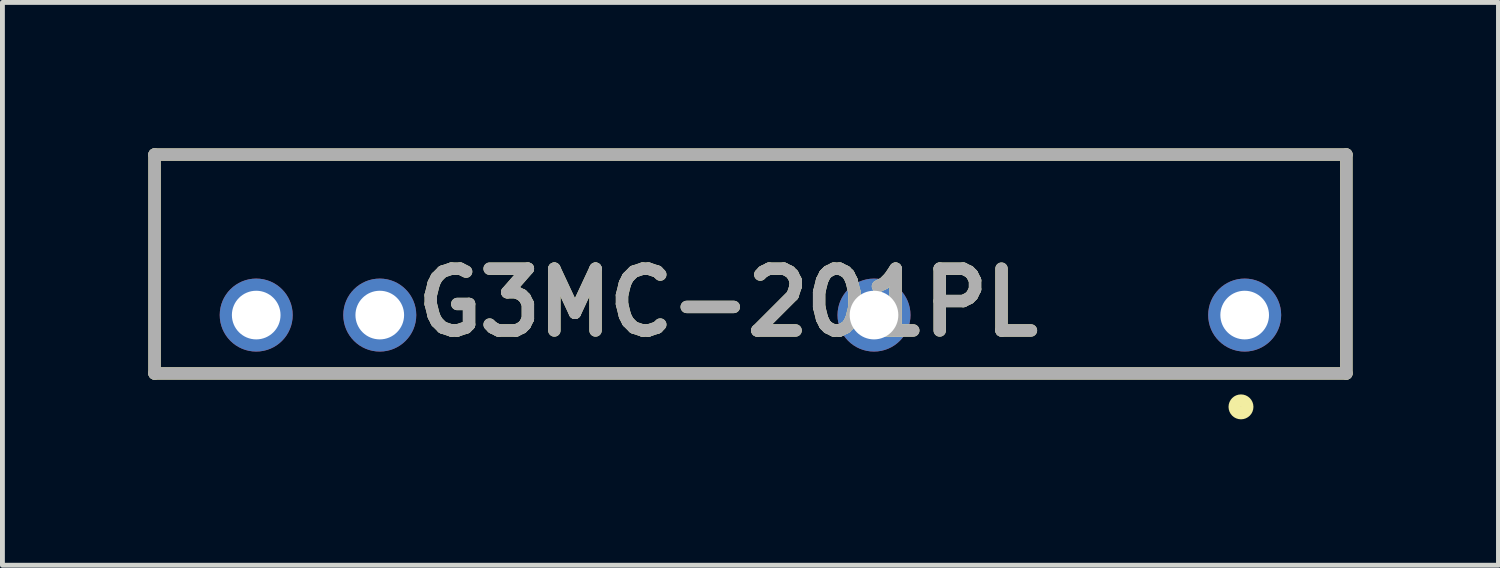
<source format=kicad_pcb>
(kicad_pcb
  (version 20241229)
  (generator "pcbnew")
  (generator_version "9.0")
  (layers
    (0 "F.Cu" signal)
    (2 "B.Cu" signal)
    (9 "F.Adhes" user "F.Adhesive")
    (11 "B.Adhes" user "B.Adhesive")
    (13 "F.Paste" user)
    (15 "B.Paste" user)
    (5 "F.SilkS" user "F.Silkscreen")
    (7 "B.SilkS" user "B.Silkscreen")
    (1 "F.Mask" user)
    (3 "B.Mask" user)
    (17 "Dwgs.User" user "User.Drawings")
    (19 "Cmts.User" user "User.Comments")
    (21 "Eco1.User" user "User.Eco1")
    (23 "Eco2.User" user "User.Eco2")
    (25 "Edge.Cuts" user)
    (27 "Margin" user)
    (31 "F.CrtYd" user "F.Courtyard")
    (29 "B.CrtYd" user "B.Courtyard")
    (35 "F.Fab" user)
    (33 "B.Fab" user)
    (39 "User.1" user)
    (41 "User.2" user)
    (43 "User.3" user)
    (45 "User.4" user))
  (footprint "G3MC-201PL"
    (layer "F.Cu")
    (at 12.377 4.627)
    (property "Reference" "G3MC-201PL" (at -0.463 -1.458 0) (layer "F.SilkS") (effects (font (size 1.27 1.27) (thickness 0.254))))
    (attr through_hole)
    (fp_line (start -12.25 -4.5) (end 12.25 -4.5) (stroke (width 0.254) (type solid)) (layer "F.SilkS"))
    (fp_line (start -12.25 0) (end -12.25 -4.5) (stroke (width 0.254) (type solid)) (layer "F.SilkS"))
    (fp_line (start 12.25 -4.5) (end 12.25 0) (stroke (width 0.254) (type solid)) (layer "F.SilkS"))
    (fp_line (start 12.25 0) (end -12.25 0) (stroke (width 0.254) (type solid)) (layer "F.SilkS"))
    (fp_circle (center 10.084 0.687) (end 10.084 0.816) (stroke (width 0.254) (type solid)) (fill no) (layer "F.SilkS"))
    (fp_line (start -12.25 -4.5) (end 12.25 -4.5) (stroke (width 0.254) (type solid)) (layer "F.Fab"))
    (fp_line (start -12.25 0) (end -12.25 -4.5) (stroke (width 0.254) (type solid)) (layer "F.Fab"))
    (fp_line (start 12.25 -4.5) (end 12.25 0) (stroke (width 0.254) (type solid)) (layer "F.Fab"))
    (fp_line (start 12.25 0) (end -12.25 0) (stroke (width 0.254) (type solid)) (layer "F.Fab"))
    (fp_text user "${REFERENCE}" (at -0.463 -1.458 0) (layer "F.Fab") (effects (font (size 1.27 1.27) (thickness 0.254))))
    (pad "1" thru_hole circle (at 10.16 -1.2) (size 1.5 1.5) (drill 1) (layers "*.Cu" "*.Mask"))
    (pad "2" thru_hole circle (at 2.54 -1.2) (size 1.5 1.5) (drill 1) (layers "*.Cu" "*.Mask"))
    (pad "3" thru_hole circle (at -7.62 -1.2) (size 1.5 1.5) (drill 1) (layers "*.Cu" "*.Mask"))
    (pad "4" thru_hole circle (at -10.16 -1.2) (size 1.5 1.5) (drill 1) (layers "*.Cu" "*.Mask")))
  (gr_rect
    (start -3 -3)
    (end 27.754 8.57)
    (stroke (width 0.1) (type default))
    (fill no)
    (layer "Edge.Cuts")))
</source>
